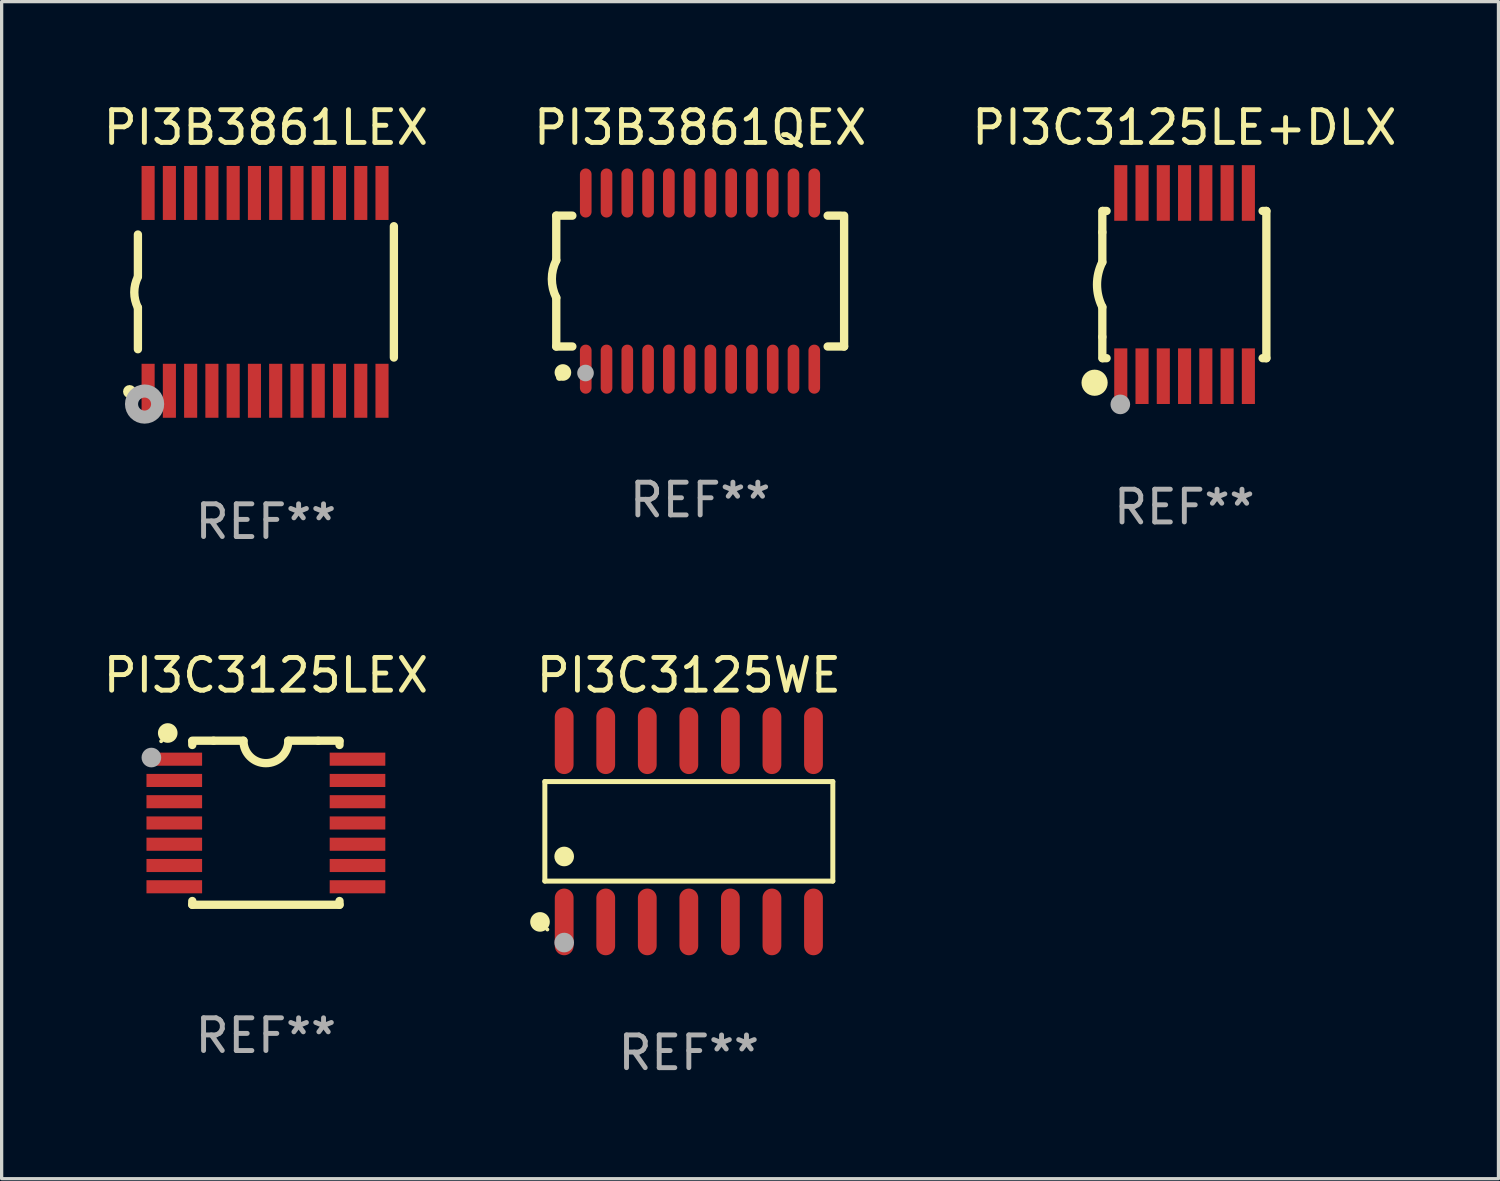
<source format=kicad_pcb>
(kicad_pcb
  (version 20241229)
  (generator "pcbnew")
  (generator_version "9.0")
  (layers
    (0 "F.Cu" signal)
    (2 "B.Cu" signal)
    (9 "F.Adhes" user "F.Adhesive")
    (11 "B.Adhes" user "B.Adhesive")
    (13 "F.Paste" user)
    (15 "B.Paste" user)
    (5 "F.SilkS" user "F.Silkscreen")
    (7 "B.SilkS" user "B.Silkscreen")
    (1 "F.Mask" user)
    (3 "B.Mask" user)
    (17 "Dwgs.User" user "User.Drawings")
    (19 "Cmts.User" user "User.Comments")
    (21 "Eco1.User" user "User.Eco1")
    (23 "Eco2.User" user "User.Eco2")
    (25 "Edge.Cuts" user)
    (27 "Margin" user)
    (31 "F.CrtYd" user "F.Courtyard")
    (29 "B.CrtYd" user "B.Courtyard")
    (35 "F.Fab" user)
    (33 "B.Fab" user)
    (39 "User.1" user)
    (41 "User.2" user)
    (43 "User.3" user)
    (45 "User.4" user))
  (footprint "PI3C3125LE+DLX"
    (layer "F.Cu")
    (at 33.149 5.648)
    (property "Reference" "PI3C3125LE+DLX" (at 0 -4.8 0) (layer "F.SilkS") (effects (font (size 1 1) (thickness 0.15))))
    (attr through_hole)
    (fp_line (start -2.507 -1.6) (end -2.507 -2.25) (stroke (width 0.254) (type solid)) (layer "F.SilkS"))
    (fp_line (start -2.507 -0.686) (end -2.507 -1.6) (stroke (width 0.254) (type solid)) (layer "F.SilkS"))
    (fp_line (start -2.507 1.6) (end -2.507 0.686) (stroke (width 0.254) (type solid)) (layer "F.SilkS"))
    (fp_line (start -2.507 1.6) (end -2.507 2.25) (stroke (width 0.254) (type solid)) (layer "F.SilkS"))
    (fp_line (start -2.493 -2.25) (end -2.377 -2.25) (stroke (width 0.254) (type solid)) (layer "F.SilkS"))
    (fp_line (start -2.377 2.25) (end -2.493 2.25) (stroke (width 0.254) (type solid)) (layer "F.SilkS"))
    (fp_line (start 2.392 -2.25) (end 2.507 -2.25) (stroke (width 0.254) (type solid)) (layer "F.SilkS"))
    (fp_line (start 2.507 -2.25) (end 2.507 2.25) (stroke (width 0.254) (type solid)) (layer "F.SilkS"))
    (fp_line (start 2.507 2.25) (end 2.392 2.25) (stroke (width 0.254) (type solid)) (layer "F.SilkS"))
    (fp_arc (start -2.507303 0.685802) (mid -2.669199 0) (end -2.507303 -0.685801) (stroke (width 0.254001) (type solid)) (layer "F.SilkS"))
    (fp_circle (center -2.743 3) (end -2.543 3) (stroke (width 0.4) (type solid)) (fill no) (layer "F.SilkS"))
    (fp_circle (center -2.493 3.2) (end -2.463 3.2) (stroke (width 0.06) (type solid)) (fill no) (layer "F.SilkS"))
    (fp_circle (center -1.957 3.662) (end -1.807 3.662) (stroke (width 0.3) (type solid)) (fill no) (layer "F.Fab"))
    (fp_text user "REF**" (at 0 6.8 0) (layer "F.Fab") (effects (font (size 1 1) (thickness 0.15))))
    (pad "1" smd rect (at -1.943 2.8) (size 0.4 1.7) (layers "F.Cu" "F.Mask" "F.Paste"))
    (pad "2" smd rect (at -1.293 2.8) (size 0.4 1.7) (layers "F.Cu" "F.Mask" "F.Paste"))
    (pad "3" smd rect (at -0.643 2.8) (size 0.4 1.7) (layers "F.Cu" "F.Mask" "F.Paste"))
    (pad "4" smd rect (at 0.007 2.8) (size 0.4 1.7) (layers "F.Cu" "F.Mask" "F.Paste"))
    (pad "5" smd rect (at 0.657 2.8) (size 0.4 1.7) (layers "F.Cu" "F.Mask" "F.Paste"))
    (pad "6" smd rect (at 1.307 2.8) (size 0.4 1.7) (layers "F.Cu" "F.Mask" "F.Paste"))
    (pad "7" smd rect (at 1.957 2.8) (size 0.4 1.7) (layers "F.Cu" "F.Mask" "F.Paste"))
    (pad "8" smd rect (at 1.957 -2.8) (size 0.4 1.7) (layers "F.Cu" "F.Mask" "F.Paste"))
    (pad "9" smd rect (at 1.307 -2.8) (size 0.4 1.7) (layers "F.Cu" "F.Mask" "F.Paste"))
    (pad "10" smd rect (at 0.657 -2.8) (size 0.4 1.7) (layers "F.Cu" "F.Mask" "F.Paste"))
    (pad "11" smd rect (at 0.007 -2.8) (size 0.4 1.7) (layers "F.Cu" "F.Mask" "F.Paste"))
    (pad "12" smd rect (at -0.643 -2.8) (size 0.4 1.7) (layers "F.Cu" "F.Mask" "F.Paste"))
    (pad "13" smd rect (at -1.293 -2.8) (size 0.4 1.7) (layers "F.Cu" "F.Mask" "F.Paste"))
    (pad "14" smd rect (at -1.943 -2.8) (size 0.4 1.7) (layers "F.Cu" "F.Mask" "F.Paste")))
  (footprint "PI3B3861QEX"
    (layer "F.Cu")
    (at 18.351 5.541)
    (property "Reference" "PI3B3861QEX" (at 0 -4.692 0) (layer "F.SilkS") (effects (font (size 1 1) (thickness 0.15))))
    (attr through_hole)
    (fp_line (start -4.399 -2) (end -4.399 -0.635) (stroke (width 0.254) (type solid)) (layer "F.SilkS"))
    (fp_line (start -4.399 -2) (end -3.907 -2) (stroke (width 0.254) (type solid)) (layer "F.SilkS"))
    (fp_line (start -4.399 2) (end -4.399 0.508) (stroke (width 0.254) (type solid)) (layer "F.SilkS"))
    (fp_line (start -4.399 2) (end -3.907 2) (stroke (width 0.254) (type solid)) (layer "F.SilkS"))
    (fp_line (start 3.896 -2) (end 4.313 -2) (stroke (width 0.254) (type solid)) (layer "F.SilkS"))
    (fp_line (start 3.896 2) (end 4.399 2) (stroke (width 0.254) (type solid)) (layer "F.SilkS"))
    (fp_line (start 4.399 2) (end 4.399 -2) (stroke (width 0.254) (type solid)) (layer "F.SilkS"))
    (fp_arc (start -4.399301 0.508001) (mid -4.534214 -0.0635) (end -4.399301 -0.635001) (stroke (width 0.254001) (type solid)) (layer "F.SilkS"))
    (fp_circle (center -4.305 2.95) (end -4.255 2.95) (stroke (width 0.1) (type solid)) (fill no) (layer "F.SilkS"))
    (fp_circle (center -4.196 2.794) (end -4.069 2.794) (stroke (width 0.254) (type solid)) (fill no) (layer "F.SilkS"))
    (fp_circle (center -3.505 2.81) (end -3.378 2.81) (stroke (width 0.254) (type solid)) (fill no) (layer "F.Fab"))
    (fp_text user "REF**" (at 0 6.692 0) (layer "F.Fab") (effects (font (size 1 1) (thickness 0.15))))
    (pad "1" smd oval (at -3.498 2.692 90) (size 1.5 0.356) (layers "F.Cu" "F.Mask" "F.Paste"))
    (pad "2" smd oval (at -2.863 2.692 90) (size 1.5 0.356) (layers "F.Cu" "F.Mask" "F.Paste"))
    (pad "3" smd oval (at -2.228 2.692 90) (size 1.5 0.356) (layers "F.Cu" "F.Mask" "F.Paste"))
    (pad "4" smd oval (at -1.593 2.692 90) (size 1.5 0.356) (layers "F.Cu" "F.Mask" "F.Paste"))
    (pad "5" smd oval (at -0.958 2.692 90) (size 1.5 0.356) (layers "F.Cu" "F.Mask" "F.Paste"))
    (pad "6" smd oval (at -0.323 2.692 90) (size 1.5 0.356) (layers "F.Cu" "F.Mask" "F.Paste"))
    (pad "7" smd oval (at 0.312 2.692 90) (size 1.5 0.356) (layers "F.Cu" "F.Mask" "F.Paste"))
    (pad "8" smd oval (at 0.947 2.692 90) (size 1.5 0.356) (layers "F.Cu" "F.Mask" "F.Paste"))
    (pad "9" smd oval (at 1.582 2.692 90) (size 1.5 0.356) (layers "F.Cu" "F.Mask" "F.Paste"))
    (pad "10" smd oval (at 2.217 2.692 90) (size 1.5 0.356) (layers "F.Cu" "F.Mask" "F.Paste"))
    (pad "11" smd oval (at 2.852 2.692 90) (size 1.5 0.356) (layers "F.Cu" "F.Mask" "F.Paste"))
    (pad "12" smd oval (at 3.487 2.692 90) (size 1.5 0.356) (layers "F.Cu" "F.Mask" "F.Paste"))
    (pad "13" smd oval (at 3.487 -2.692 90) (size 1.5 0.356) (layers "F.Cu" "F.Mask" "F.Paste"))
    (pad "14" smd oval (at 2.852 -2.692 90) (size 1.5 0.356) (layers "F.Cu" "F.Mask" "F.Paste"))
    (pad "15" smd oval (at 2.217 -2.692 90) (size 1.5 0.356) (layers "F.Cu" "F.Mask" "F.Paste"))
    (pad "16" smd oval (at 1.582 -2.692 90) (size 1.5 0.356) (layers "F.Cu" "F.Mask" "F.Paste"))
    (pad "17" smd oval (at 0.947 -2.692 90) (size 1.5 0.356) (layers "F.Cu" "F.Mask" "F.Paste"))
    (pad "18" smd oval (at 0.312 -2.692 90) (size 1.5 0.356) (layers "F.Cu" "F.Mask" "F.Paste"))
    (pad "19" smd oval (at -0.323 -2.692 90) (size 1.5 0.356) (layers "F.Cu" "F.Mask" "F.Paste"))
    (pad "20" smd oval (at -0.958 -2.692 90) (size 1.5 0.356) (layers "F.Cu" "F.Mask" "F.Paste"))
    (pad "21" smd oval (at -1.593 -2.692 90) (size 1.5 0.356) (layers "F.Cu" "F.Mask" "F.Paste"))
    (pad "22" smd oval (at -2.228 -2.692 90) (size 1.5 0.356) (layers "F.Cu" "F.Mask" "F.Paste"))
    (pad "23" smd oval (at -2.863 -2.692 90) (size 1.5 0.356) (layers "F.Cu" "F.Mask" "F.Paste"))
    (pad "24" smd oval (at -3.498 -2.692 90) (size 1.5 0.356) (layers "F.Cu" "F.Mask" "F.Paste")))
  (footprint "PI3C3125LEX"
    (layer "F.Cu")
    (at 5.077 22.097)
    (property "Reference" "PI3C3125LEX" (at 0 -4.507 0) (layer "F.SilkS") (effects (font (size 1 1) (thickness 0.15))))
    (attr through_hole)
    (fp_line (start -2.25 -2.377) (end -2.25 -2.493) (stroke (width 0.254) (type solid)) (layer "F.SilkS"))
    (fp_line (start -2.25 2.507) (end -2.25 2.392) (stroke (width 0.254) (type solid)) (layer "F.SilkS"))
    (fp_line (start -1.6 -2.507) (end -2.25 -2.507) (stroke (width 0.254) (type solid)) (layer "F.SilkS"))
    (fp_line (start -1.6 -2.507) (end -0.686 -2.507) (stroke (width 0.254) (type solid)) (layer "F.SilkS"))
    (fp_line (start 0.686 -2.507) (end 1.6 -2.507) (stroke (width 0.254) (type solid)) (layer "F.SilkS"))
    (fp_line (start 1.6 -2.507) (end 2.25 -2.507) (stroke (width 0.254) (type solid)) (layer "F.SilkS"))
    (fp_line (start 2.25 -2.493) (end 2.25 -2.377) (stroke (width 0.254) (type solid)) (layer "F.SilkS"))
    (fp_line (start 2.25 2.392) (end 2.25 2.507) (stroke (width 0.254) (type solid)) (layer "F.SilkS"))
    (fp_line (start 2.25 2.507) (end -2.25 2.507) (stroke (width 0.254) (type solid)) (layer "F.SilkS"))
    (fp_arc (start 0.685852 -2.507303) (mid 0.000051 -1.821502) (end -0.68575 -2.507303) (stroke (width 0.254001) (type solid)) (layer "F.SilkS"))
    (fp_circle (center -3.2 -2.493) (end -3.17 -2.493) (stroke (width 0.06) (type solid)) (fill no) (layer "F.SilkS"))
    (fp_circle (center -3 -2.743) (end -2.85 -2.743) (stroke (width 0.3) (type solid)) (fill no) (layer "F.SilkS"))
    (fp_circle (center -3.5 -1.993) (end -3.35 -1.993) (stroke (width 0.3) (type solid)) (fill no) (layer "F.Fab"))
    (fp_text user "REF**" (at 0 6.507 0) (layer "F.Fab") (effects (font (size 1 1) (thickness 0.15))))
    (pad "1" smd rect (at -2.8 -1.943) (size 1.7 0.4) (layers "F.Cu" "F.Mask" "F.Paste"))
    (pad "2" smd rect (at -2.8 -1.293) (size 1.7 0.4) (layers "F.Cu" "F.Mask" "F.Paste"))
    (pad "3" smd rect (at -2.8 -0.643) (size 1.7 0.4) (layers "F.Cu" "F.Mask" "F.Paste"))
    (pad "4" smd rect (at -2.8 0.007) (size 1.7 0.4) (layers "F.Cu" "F.Mask" "F.Paste"))
    (pad "5" smd rect (at -2.8 0.657) (size 1.7 0.4) (layers "F.Cu" "F.Mask" "F.Paste"))
    (pad "6" smd rect (at -2.8 1.307) (size 1.7 0.4) (layers "F.Cu" "F.Mask" "F.Paste"))
    (pad "7" smd rect (at -2.8 1.957) (size 1.7 0.4) (layers "F.Cu" "F.Mask" "F.Paste"))
    (pad "8" smd rect (at 2.8 1.957) (size 1.7 0.4) (layers "F.Cu" "F.Mask" "F.Paste"))
    (pad "9" smd rect (at 2.8 1.307) (size 1.7 0.4) (layers "F.Cu" "F.Mask" "F.Paste"))
    (pad "10" smd rect (at 2.8 0.657) (size 1.7 0.4) (layers "F.Cu" "F.Mask" "F.Paste"))
    (pad "11" smd rect (at 2.8 0.007) (size 1.7 0.4) (layers "F.Cu" "F.Mask" "F.Paste"))
    (pad "12" smd rect (at 2.8 -0.643) (size 1.7 0.4) (layers "F.Cu" "F.Mask" "F.Paste"))
    (pad "13" smd rect (at 2.8 -1.293) (size 1.7 0.4) (layers "F.Cu" "F.Mask" "F.Paste"))
    (pad "14" smd rect (at 2.8 -1.943) (size 1.7 0.4) (layers "F.Cu" "F.Mask" "F.Paste")))
  (footprint "PI3B3861LEX"
    (layer "F.Cu")
    (at 5.077 5.871)
    (property "Reference" "PI3B3861LEX" (at 0 -5.023 0) (layer "F.SilkS") (effects (font (size 1 1) (thickness 0.15))))
    (attr through_hole)
    (fp_line (start -3.912 -0.483) (end -3.912 -1.753) (stroke (width 0.254) (type solid)) (layer "F.SilkS"))
    (fp_line (start -3.912 1.753) (end -3.912 0.483) (stroke (width 0.254) (type solid)) (layer "F.SilkS"))
    (fp_line (start 3.912 -2.007) (end 3.912 2.007) (stroke (width 0.254) (type solid)) (layer "F.SilkS"))
    (fp_arc (start -3.911608 0.482601) (mid -4.022537 0.0127) (end -3.911608 -0.457201) (stroke (width 0.254001) (type solid)) (layer "F.SilkS"))
    (fp_circle (center -4.166 3.048) (end -4.066 3.048) (stroke (width 0.2) (type solid)) (fill no) (layer "F.SilkS"))
    (fp_circle (center -3.925 3.186) (end -3.895 3.186) (stroke (width 0.06) (type solid)) (fill no) (layer "F.SilkS"))
    (fp_circle (center -3.708 3.429) (end -3.509 3.429) (stroke (width 0.4) (type solid)) (fill no) (layer "F.Fab"))
    (fp_text user "REF**" (at 0 7.023 0) (layer "F.Fab") (effects (font (size 1 1) (thickness 0.15))))
    (pad "1" smd rect (at -3.6 3.023) (size 0.4 1.65) (layers "F.Cu" "F.Mask" "F.Paste"))
    (pad "2" smd rect (at -2.95 3.023) (size 0.4 1.65) (layers "F.Cu" "F.Mask" "F.Paste"))
    (pad "3" smd rect (at -2.3 3.023) (size 0.4 1.65) (layers "F.Cu" "F.Mask" "F.Paste"))
    (pad "4" smd rect (at -1.65 3.023) (size 0.4 1.65) (layers "F.Cu" "F.Mask" "F.Paste"))
    (pad "5" smd rect (at -1 3.023) (size 0.4 1.65) (layers "F.Cu" "F.Mask" "F.Paste"))
    (pad "6" smd rect (at -0.35 3.023) (size 0.4 1.65) (layers "F.Cu" "F.Mask" "F.Paste"))
    (pad "7" smd rect (at 0.299 3.023) (size 0.4 1.65) (layers "F.Cu" "F.Mask" "F.Paste"))
    (pad "8" smd rect (at 0.95 3.023) (size 0.4 1.65) (layers "F.Cu" "F.Mask" "F.Paste"))
    (pad "9" smd rect (at 1.6 3.023) (size 0.4 1.65) (layers "F.Cu" "F.Mask" "F.Paste"))
    (pad "10" smd rect (at 2.25 3.023) (size 0.4 1.65) (layers "F.Cu" "F.Mask" "F.Paste"))
    (pad "11" smd rect (at 2.9 3.023) (size 0.4 1.65) (layers "F.Cu" "F.Mask" "F.Paste"))
    (pad "12" smd rect (at 3.549 3.023) (size 0.4 1.65) (layers "F.Cu" "F.Mask" "F.Paste"))
    (pad "13" smd rect (at 3.549 -3.023) (size 0.4 1.65) (layers "F.Cu" "F.Mask" "F.Paste"))
    (pad "14" smd rect (at 2.9 -3.023) (size 0.4 1.65) (layers "F.Cu" "F.Mask" "F.Paste"))
    (pad "15" smd rect (at 2.25 -3.023) (size 0.4 1.65) (layers "F.Cu" "F.Mask" "F.Paste"))
    (pad "16" smd rect (at 1.6 -3.023) (size 0.4 1.65) (layers "F.Cu" "F.Mask" "F.Paste"))
    (pad "17" smd rect (at 0.95 -3.023) (size 0.4 1.65) (layers "F.Cu" "F.Mask" "F.Paste"))
    (pad "18" smd rect (at 0.299 -3.023) (size 0.4 1.65) (layers "F.Cu" "F.Mask" "F.Paste"))
    (pad "19" smd rect (at -0.35 -3.023) (size 0.4 1.65) (layers "F.Cu" "F.Mask" "F.Paste"))
    (pad "20" smd rect (at -1 -3.023) (size 0.4 1.65) (layers "F.Cu" "F.Mask" "F.Paste"))
    (pad "21" smd rect (at -1.65 -3.023) (size 0.4 1.65) (layers "F.Cu" "F.Mask" "F.Paste"))
    (pad "22" smd rect (at -2.3 -3.023) (size 0.4 1.65) (layers "F.Cu" "F.Mask" "F.Paste"))
    (pad "23" smd rect (at -2.95 -3.023) (size 0.4 1.65) (layers "F.Cu" "F.Mask" "F.Paste"))
    (pad "24" smd rect (at -3.6 -3.023) (size 0.4 1.65) (layers "F.Cu" "F.Mask" "F.Paste")))
  (footprint "PI3C3125WE"
    (layer "F.Cu")
    (at 18.004 22.359)
    (property "Reference" "PI3C3125WE" (at 0 -4.769 0) (layer "F.SilkS") (effects (font (size 1 1) (thickness 0.15))))
    (attr through_hole)
    (fp_line (start -4.401 -1.521) (end 4.401 -1.521) (stroke (width 0.152) (type solid)) (layer "F.SilkS"))
    (fp_line (start -4.401 1.521) (end -4.401 -1.521) (stroke (width 0.152) (type solid)) (layer "F.SilkS"))
    (fp_line (start 4.401 -1.521) (end 4.401 1.521) (stroke (width 0.152) (type solid)) (layer "F.SilkS"))
    (fp_line (start 4.401 1.521) (end -4.401 1.521) (stroke (width 0.152) (type solid)) (layer "F.SilkS"))
    (fp_circle (center -4.549 2.769) (end -4.399 2.769) (stroke (width 0.3) (type solid)) (fill no) (layer "F.SilkS"))
    (fp_circle (center -4.325 3) (end -4.295 3) (stroke (width 0.06) (type solid)) (fill no) (layer "F.SilkS"))
    (fp_circle (center -3.81 0.769) (end -3.66 0.769) (stroke (width 0.3) (type solid)) (fill no) (layer "F.SilkS"))
    (fp_circle (center -3.81 3.4) (end -3.66 3.4) (stroke (width 0.3) (type solid)) (fill no) (layer "F.Fab"))
    (fp_text user "REF**" (at 0 6.769 0) (layer "F.Fab") (effects (font (size 1 1) (thickness 0.15))))
    (pad "1" smd oval (at -3.81 2.769) (size 0.574 2.038) (layers "F.Cu" "F.Mask" "F.Paste"))
    (pad "2" smd oval (at -2.54 2.769) (size 0.574 2.038) (layers "F.Cu" "F.Mask" "F.Paste"))
    (pad "3" smd oval (at -1.27 2.769) (size 0.574 2.038) (layers "F.Cu" "F.Mask" "F.Paste"))
    (pad "4" smd oval (at 0 2.769) (size 0.574 2.038) (layers "F.Cu" "F.Mask" "F.Paste"))
    (pad "5" smd oval (at 1.27 2.769) (size 0.574 2.038) (layers "F.Cu" "F.Mask" "F.Paste"))
    (pad "6" smd oval (at 2.54 2.769) (size 0.574 2.038) (layers "F.Cu" "F.Mask" "F.Paste"))
    (pad "7" smd oval (at 3.81 2.769) (size 0.574 2.038) (layers "F.Cu" "F.Mask" "F.Paste"))
    (pad "8" smd oval (at 3.81 -2.769) (size 0.574 2.038) (layers "F.Cu" "F.Mask" "F.Paste"))
    (pad "9" smd oval (at 2.54 -2.769) (size 0.574 2.038) (layers "F.Cu" "F.Mask" "F.Paste"))
    (pad "10" smd oval (at 1.27 -2.769) (size 0.574 2.038) (layers "F.Cu" "F.Mask" "F.Paste"))
    (pad "11" smd oval (at 0 -2.769) (size 0.574 2.038) (layers "F.Cu" "F.Mask" "F.Paste"))
    (pad "12" smd oval (at -1.27 -2.769) (size 0.574 2.038) (layers "F.Cu" "F.Mask" "F.Paste"))
    (pad "13" smd oval (at -2.54 -2.769) (size 0.574 2.038) (layers "F.Cu" "F.Mask" "F.Paste"))
    (pad "14" smd oval (at -3.81 -2.769) (size 0.574 2.038) (layers "F.Cu" "F.Mask" "F.Paste")))
  (gr_rect
    (start -3 -3)
    (end 42.75 32.976)
    (stroke (width 0.1) (type default))
    (fill no)
    (layer "Edge.Cuts")))
</source>
